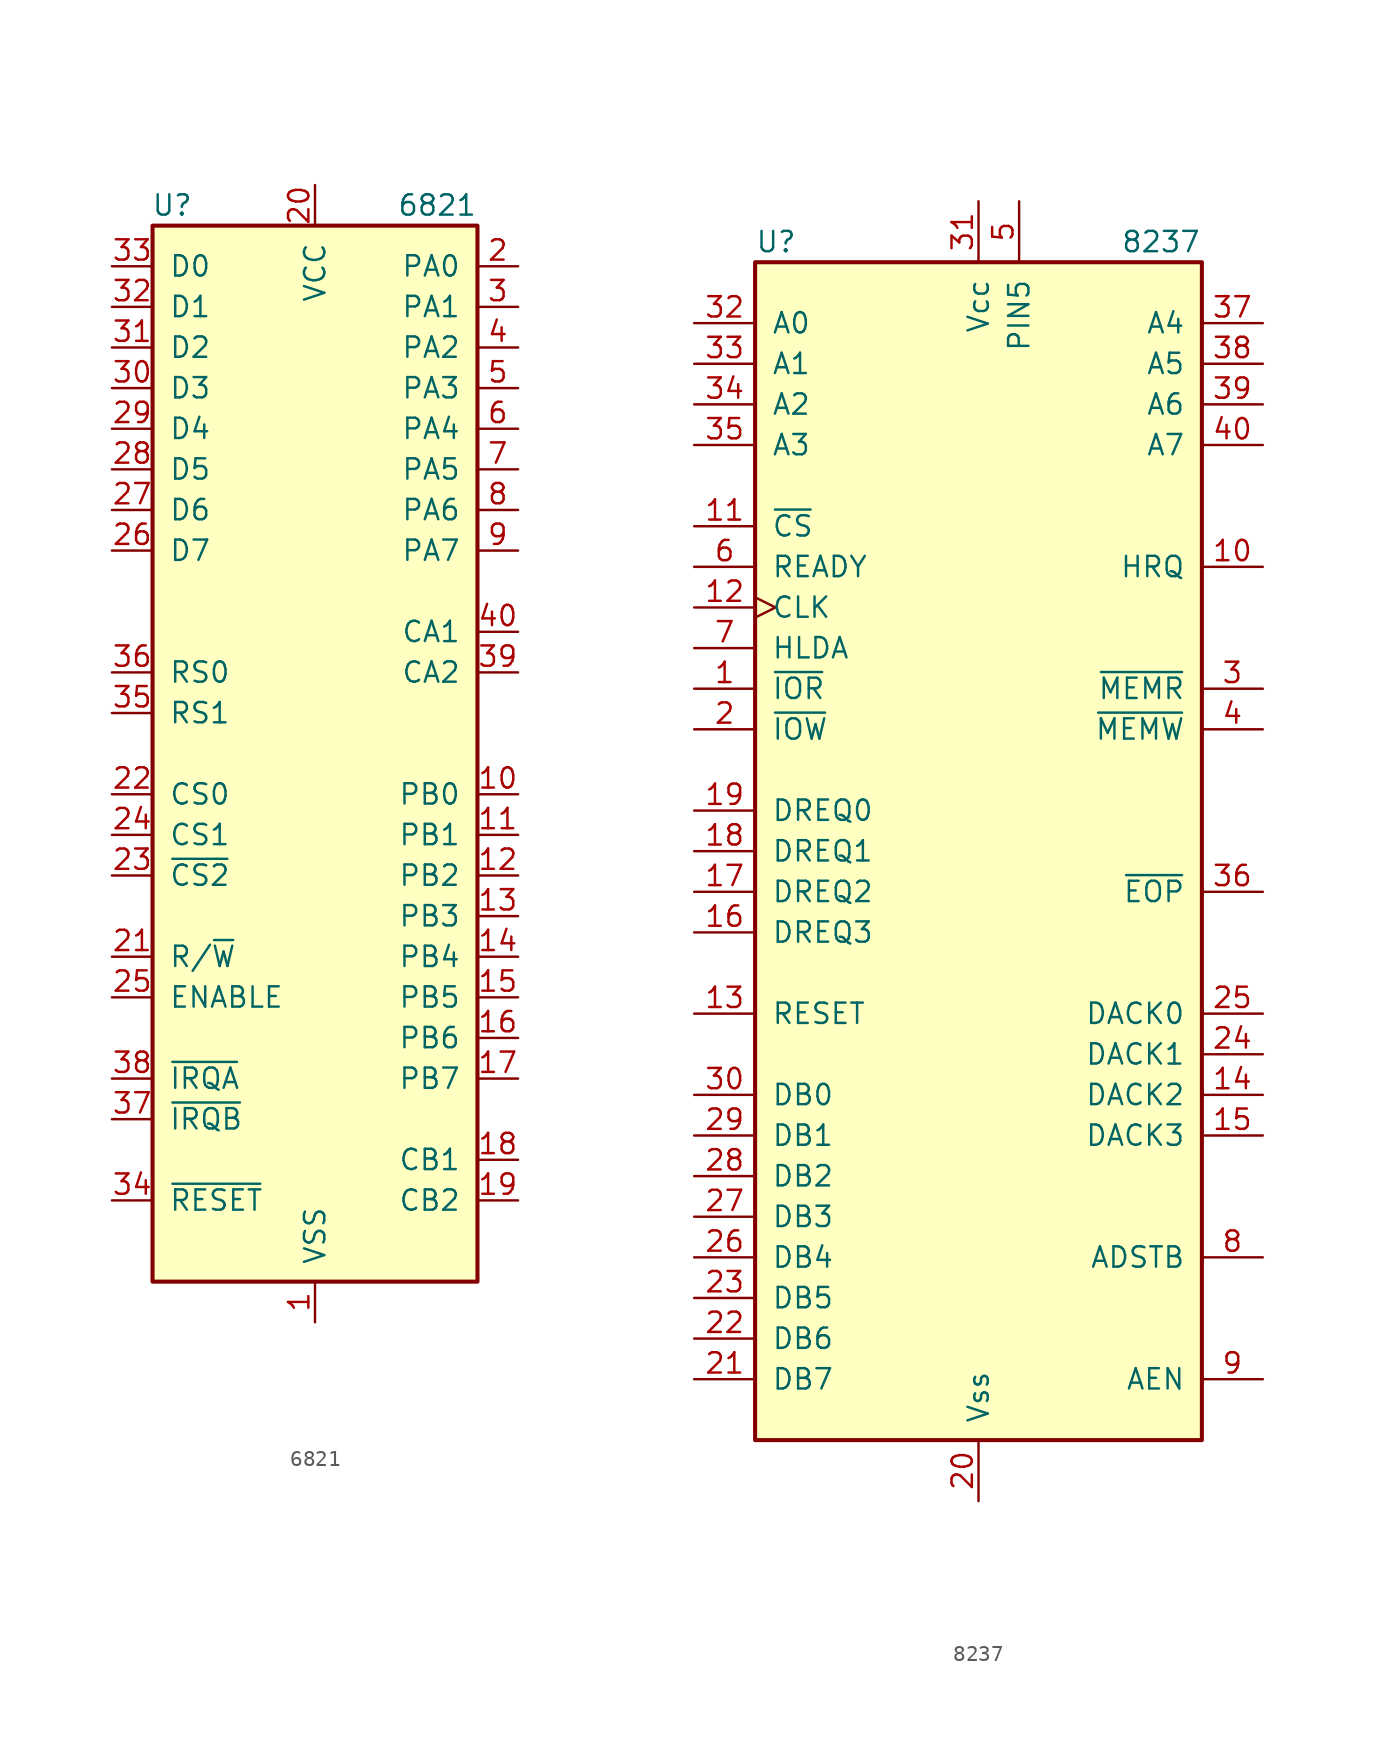
<source format=kicad_sym>
(kicad_symbol_lib
  (version 20241209)
  (generator "kicad_symbol_editor")
  (generator_version "9.0")
  (symbol "6821"
    (pin_names
      (offset 1.016))
    (property "Reference" "U"
      (at -7.62 34.29 0)
      (effects (font (size 1.27 1.27)) (justify right)))
    (property "Value" "6821"
      (at 10.16 34.29 0)
      (effects (font (size 1.27 1.27)) (justify right)))
    (symbol "6821_0_1"
      (rectangle (start -10.16 -33.02) (end 10.16 33.02) (stroke (width 0.254) (type default)) (fill (type background))))
    (symbol "6821_1_1"
      (pin bidirectional line (at -12.7 30.48 0) (length 2.54) (name "D0" (effects (font (size 1.27 1.27)))) (number "33" (effects (font (size 1.27 1.27)))))
      (pin bidirectional line (at -12.7 27.94 0) (length 2.54) (name "D1" (effects (font (size 1.27 1.27)))) (number "32" (effects (font (size 1.27 1.27)))))
      (pin bidirectional line (at -12.7 25.4 0) (length 2.54) (name "D2" (effects (font (size 1.27 1.27)))) (number "31" (effects (font (size 1.27 1.27)))))
      (pin bidirectional line (at -12.7 22.86 0) (length 2.54) (name "D3" (effects (font (size 1.27 1.27)))) (number "30" (effects (font (size 1.27 1.27)))))
      (pin bidirectional line (at -12.7 20.32 0) (length 2.54) (name "D4" (effects (font (size 1.27 1.27)))) (number "29" (effects (font (size 1.27 1.27)))))
      (pin bidirectional line (at -12.7 17.78 0) (length 2.54) (name "D5" (effects (font (size 1.27 1.27)))) (number "28" (effects (font (size 1.27 1.27)))))
      (pin bidirectional line (at -12.7 15.24 0) (length 2.54) (name "D6" (effects (font (size 1.27 1.27)))) (number "27" (effects (font (size 1.27 1.27)))))
      (pin bidirectional line (at -12.7 12.7 0) (length 2.54) (name "D7" (effects (font (size 1.27 1.27)))) (number "26" (effects (font (size 1.27 1.27)))))
      (pin input line (at -12.7 5.08 0) (length 2.54) (name "RS0" (effects (font (size 1.27 1.27)))) (number "36" (effects (font (size 1.27 1.27)))))
      (pin input line (at -12.7 2.54 0) (length 2.54) (name "RS1" (effects (font (size 1.27 1.27)))) (number "35" (effects (font (size 1.27 1.27)))))
      (pin input line (at -12.7 -2.54 0) (length 2.54) (name "CS0" (effects (font (size 1.27 1.27)))) (number "22" (effects (font (size 1.27 1.27)))))
      (pin input line (at -12.7 -5.08 0) (length 2.54) (name "CS1" (effects (font (size 1.27 1.27)))) (number "24" (effects (font (size 1.27 1.27)))))
      (pin input line (at -12.7 -7.62 0) (length 2.54) (name "~{CS2}" (effects (font (size 1.27 1.27)))) (number "23" (effects (font (size 1.27 1.27)))))
      (pin input line (at -12.7 -12.7 0) (length 2.54) (name "R/~{W}" (effects (font (size 1.27 1.27)))) (number "21" (effects (font (size 1.27 1.27)))))
      (pin input line (at -12.7 -15.24 0) (length 2.54) (name "ENABLE" (effects (font (size 1.27 1.27)))) (number "25" (effects (font (size 1.27 1.27)))))
      (pin open_collector line (at -12.7 -20.32 0) (length 2.54) (name "~{IRQA}" (effects (font (size 1.27 1.27)))) (number "38" (effects (font (size 1.27 1.27)))))
      (pin open_collector line (at -12.7 -22.86 0) (length 2.54) (name "~{IRQB}" (effects (font (size 1.27 1.27)))) (number "37" (effects (font (size 1.27 1.27)))))
      (pin input line (at -12.7 -27.94 0) (length 2.54) (name "~{RESET}" (effects (font (size 1.27 1.27)))) (number "34" (effects (font (size 1.27 1.27)))))
      (pin power_in line (at 0 35.56 270) (length 2.54) (name "VCC" (effects (font (size 1.27 1.27)))) (number "20" (effects (font (size 1.27 1.27)))))
      (pin power_in line (at 0 -35.56 90) (length 2.54) (name "VSS" (effects (font (size 1.27 1.27)))) (number "1" (effects (font (size 1.27 1.27)))))
      (pin bidirectional line (at 12.7 30.48 180) (length 2.54) (name "PA0" (effects (font (size 1.27 1.27)))) (number "2" (effects (font (size 1.27 1.27)))))
      (pin bidirectional line (at 12.7 27.94 180) (length 2.54) (name "PA1" (effects (font (size 1.27 1.27)))) (number "3" (effects (font (size 1.27 1.27)))))
      (pin bidirectional line (at 12.7 25.4 180) (length 2.54) (name "PA2" (effects (font (size 1.27 1.27)))) (number "4" (effects (font (size 1.27 1.27)))))
      (pin bidirectional line (at 12.7 22.86 180) (length 2.54) (name "PA3" (effects (font (size 1.27 1.27)))) (number "5" (effects (font (size 1.27 1.27)))))
      (pin bidirectional line (at 12.7 20.32 180) (length 2.54) (name "PA4" (effects (font (size 1.27 1.27)))) (number "6" (effects (font (size 1.27 1.27)))))
      (pin bidirectional line (at 12.7 17.78 180) (length 2.54) (name "PA5" (effects (font (size 1.27 1.27)))) (number "7" (effects (font (size 1.27 1.27)))))
      (pin bidirectional line (at 12.7 15.24 180) (length 2.54) (name "PA6" (effects (font (size 1.27 1.27)))) (number "8" (effects (font (size 1.27 1.27)))))
      (pin bidirectional line (at 12.7 12.7 180) (length 2.54) (name "PA7" (effects (font (size 1.27 1.27)))) (number "9" (effects (font (size 1.27 1.27)))))
      (pin input line (at 12.7 7.62 180) (length 2.54) (name "CA1" (effects (font (size 1.27 1.27)))) (number "40" (effects (font (size 1.27 1.27)))))
      (pin bidirectional line (at 12.7 5.08 180) (length 2.54) (name "CA2" (effects (font (size 1.27 1.27)))) (number "39" (effects (font (size 1.27 1.27)))))
      (pin bidirectional line (at 12.7 -2.54 180) (length 2.54) (name "PB0" (effects (font (size 1.27 1.27)))) (number "10" (effects (font (size 1.27 1.27)))))
      (pin bidirectional line (at 12.7 -5.08 180) (length 2.54) (name "PB1" (effects (font (size 1.27 1.27)))) (number "11" (effects (font (size 1.27 1.27)))))
      (pin bidirectional line (at 12.7 -7.62 180) (length 2.54) (name "PB2" (effects (font (size 1.27 1.27)))) (number "12" (effects (font (size 1.27 1.27)))))
      (pin bidirectional line (at 12.7 -10.16 180) (length 2.54) (name "PB3" (effects (font (size 1.27 1.27)))) (number "13" (effects (font (size 1.27 1.27)))))
      (pin bidirectional line (at 12.7 -12.7 180) (length 2.54) (name "PB4" (effects (font (size 1.27 1.27)))) (number "14" (effects (font (size 1.27 1.27)))))
      (pin bidirectional line (at 12.7 -15.24 180) (length 2.54) (name "PB5" (effects (font (size 1.27 1.27)))) (number "15" (effects (font (size 1.27 1.27)))))
      (pin bidirectional line (at 12.7 -17.78 180) (length 2.54) (name "PB6" (effects (font (size 1.27 1.27)))) (number "16" (effects (font (size 1.27 1.27)))))
      (pin bidirectional line (at 12.7 -20.32 180) (length 2.54) (name "PB7" (effects (font (size 1.27 1.27)))) (number "17" (effects (font (size 1.27 1.27)))))
      (pin input line (at 12.7 -25.4 180) (length 2.54) (name "CB1" (effects (font (size 1.27 1.27)))) (number "18" (effects (font (size 1.27 1.27)))))
      (pin bidirectional line (at 12.7 -27.94 180) (length 2.54) (name "CB2" (effects (font (size 1.27 1.27)))) (number "19" (effects (font (size 1.27 1.27)))))))
  (symbol "8237"
    (pin_names
      (offset 1.016))
    (property "Reference" "U"
      (at -13.97 38.1 0)
      (effects (font (size 1.27 1.27)) (justify left)))
    (property "Value" "8237"
      (at 8.89 38.1 0)
      (effects (font (size 1.27 1.27)) (justify left)))
    (symbol "8237_1_1"
      (rectangle (start -13.97 -36.83) (end 13.97 36.83) (stroke (width 0.254) (type default)) (fill (type background)))
      (pin bidirectional line (at -17.78 33.02 0) (length 3.81) (name "A0" (effects (font (size 1.27 1.27)))) (number "32" (effects (font (size 1.27 1.27)))))
      (pin bidirectional line (at -17.78 30.48 0) (length 3.81) (name "A1" (effects (font (size 1.27 1.27)))) (number "33" (effects (font (size 1.27 1.27)))))
      (pin bidirectional line (at -17.78 27.94 0) (length 3.81) (name "A2" (effects (font (size 1.27 1.27)))) (number "34" (effects (font (size 1.27 1.27)))))
      (pin bidirectional line (at -17.78 25.4 0) (length 3.81) (name "A3" (effects (font (size 1.27 1.27)))) (number "35" (effects (font (size 1.27 1.27)))))
      (pin input line (at -17.78 20.32 0) (length 3.81) (name "~{CS}" (effects (font (size 1.27 1.27)))) (number "11" (effects (font (size 1.27 1.27)))))
      (pin input line (at -17.78 17.78 0) (length 3.81) (name "READY" (effects (font (size 1.27 1.27)))) (number "6" (effects (font (size 1.27 1.27)))))
      (pin input clock (at -17.78 15.24 0) (length 3.81) (name "CLK" (effects (font (size 1.27 1.27)))) (number "12" (effects (font (size 1.27 1.27)))))
      (pin input line (at -17.78 12.7 0) (length 3.81) (name "HLDA" (effects (font (size 1.27 1.27)))) (number "7" (effects (font (size 1.27 1.27)))))
      (pin bidirectional line (at -17.78 10.16 0) (length 3.81) (name "~{IOR}" (effects (font (size 1.27 1.27)))) (number "1" (effects (font (size 1.27 1.27)))))
      (pin bidirectional line (at -17.78 7.62 0) (length 3.81) (name "~{IOW}" (effects (font (size 1.27 1.27)))) (number "2" (effects (font (size 1.27 1.27)))))
      (pin input line (at -17.78 2.54 0) (length 3.81) (name "DREQ0" (effects (font (size 1.27 1.27)))) (number "19" (effects (font (size 1.27 1.27)))))
      (pin input line (at -17.78 0 0) (length 3.81) (name "DREQ1" (effects (font (size 1.27 1.27)))) (number "18" (effects (font (size 1.27 1.27)))))
      (pin input line (at -17.78 -2.54 0) (length 3.81) (name "DREQ2" (effects (font (size 1.27 1.27)))) (number "17" (effects (font (size 1.27 1.27)))))
      (pin input line (at -17.78 -5.08 0) (length 3.81) (name "DREQ3" (effects (font (size 1.27 1.27)))) (number "16" (effects (font (size 1.27 1.27)))))
      (pin input line (at -17.78 -10.16 0) (length 3.81) (name "RESET" (effects (font (size 1.27 1.27)))) (number "13" (effects (font (size 1.27 1.27)))))
      (pin bidirectional line (at -17.78 -15.24 0) (length 3.81) (name "DB0" (effects (font (size 1.27 1.27)))) (number "30" (effects (font (size 1.27 1.27)))))
      (pin bidirectional line (at -17.78 -17.78 0) (length 3.81) (name "DB1" (effects (font (size 1.27 1.27)))) (number "29" (effects (font (size 1.27 1.27)))))
      (pin bidirectional line (at -17.78 -20.32 0) (length 3.81) (name "DB2" (effects (font (size 1.27 1.27)))) (number "28" (effects (font (size 1.27 1.27)))))
      (pin bidirectional line (at -17.78 -22.86 0) (length 3.81) (name "DB3" (effects (font (size 1.27 1.27)))) (number "27" (effects (font (size 1.27 1.27)))))
      (pin bidirectional line (at -17.78 -25.4 0) (length 3.81) (name "DB4" (effects (font (size 1.27 1.27)))) (number "26" (effects (font (size 1.27 1.27)))))
      (pin bidirectional line (at -17.78 -27.94 0) (length 3.81) (name "DB5" (effects (font (size 1.27 1.27)))) (number "23" (effects (font (size 1.27 1.27)))))
      (pin bidirectional line (at -17.78 -30.48 0) (length 3.81) (name "DB6" (effects (font (size 1.27 1.27)))) (number "22" (effects (font (size 1.27 1.27)))))
      (pin bidirectional line (at -17.78 -33.02 0) (length 3.81) (name "DB7" (effects (font (size 1.27 1.27)))) (number "21" (effects (font (size 1.27 1.27)))))
      (pin power_in line (at 0 40.64 270) (length 3.81) (name "Vcc" (effects (font (size 1.27 1.27)))) (number "31" (effects (font (size 1.27 1.27)))))
      (pin power_in line (at 0 -40.64 90) (length 3.81) (name "Vss" (effects (font (size 1.27 1.27)))) (number "20" (effects (font (size 1.27 1.27)))))
      (pin input line (at 2.54 40.64 270) (length 3.81) (name "PIN5" (effects (font (size 1.27 1.27)))) (number "5" (effects (font (size 1.27 1.27)))))
      (pin tri_state line (at 17.78 33.02 180) (length 3.81) (name "A4" (effects (font (size 1.27 1.27)))) (number "37" (effects (font (size 1.27 1.27)))))
      (pin tri_state line (at 17.78 30.48 180) (length 3.81) (name "A5" (effects (font (size 1.27 1.27)))) (number "38" (effects (font (size 1.27 1.27)))))
      (pin tri_state line (at 17.78 27.94 180) (length 3.81) (name "A6" (effects (font (size 1.27 1.27)))) (number "39" (effects (font (size 1.27 1.27)))))
      (pin tri_state line (at 17.78 25.4 180) (length 3.81) (name "A7" (effects (font (size 1.27 1.27)))) (number "40" (effects (font (size 1.27 1.27)))))
      (pin output line (at 17.78 17.78 180) (length 3.81) (name "HRQ" (effects (font (size 1.27 1.27)))) (number "10" (effects (font (size 1.27 1.27)))))
      (pin tri_state line (at 17.78 10.16 180) (length 3.81) (name "~{MEMR}" (effects (font (size 1.27 1.27)))) (number "3" (effects (font (size 1.27 1.27)))))
      (pin tri_state line (at 17.78 7.62 180) (length 3.81) (name "~{MEMW}" (effects (font (size 1.27 1.27)))) (number "4" (effects (font (size 1.27 1.27)))))
      (pin bidirectional line (at 17.78 -2.54 180) (length 3.81) (name "~{EOP}" (effects (font (size 1.27 1.27)))) (number "36" (effects (font (size 1.27 1.27)))))
      (pin output line (at 17.78 -10.16 180) (length 3.81) (name "DACK0" (effects (font (size 1.27 1.27)))) (number "25" (effects (font (size 1.27 1.27)))))
      (pin output line (at 17.78 -12.7 180) (length 3.81) (name "DACK1" (effects (font (size 1.27 1.27)))) (number "24" (effects (font (size 1.27 1.27)))))
      (pin output line (at 17.78 -15.24 180) (length 3.81) (name "DACK2" (effects (font (size 1.27 1.27)))) (number "14" (effects (font (size 1.27 1.27)))))
      (pin output line (at 17.78 -17.78 180) (length 3.81) (name "DACK3" (effects (font (size 1.27 1.27)))) (number "15" (effects (font (size 1.27 1.27)))))
      (pin output line (at 17.78 -25.4 180) (length 3.81) (name "ADSTB" (effects (font (size 1.27 1.27)))) (number "8" (effects (font (size 1.27 1.27)))))
      (pin output line (at 17.78 -33.02 180) (length 3.81) (name "AEN" (effects (font (size 1.27 1.27)))) (number "9" (effects (font (size 1.27 1.27))))))))
</source>
